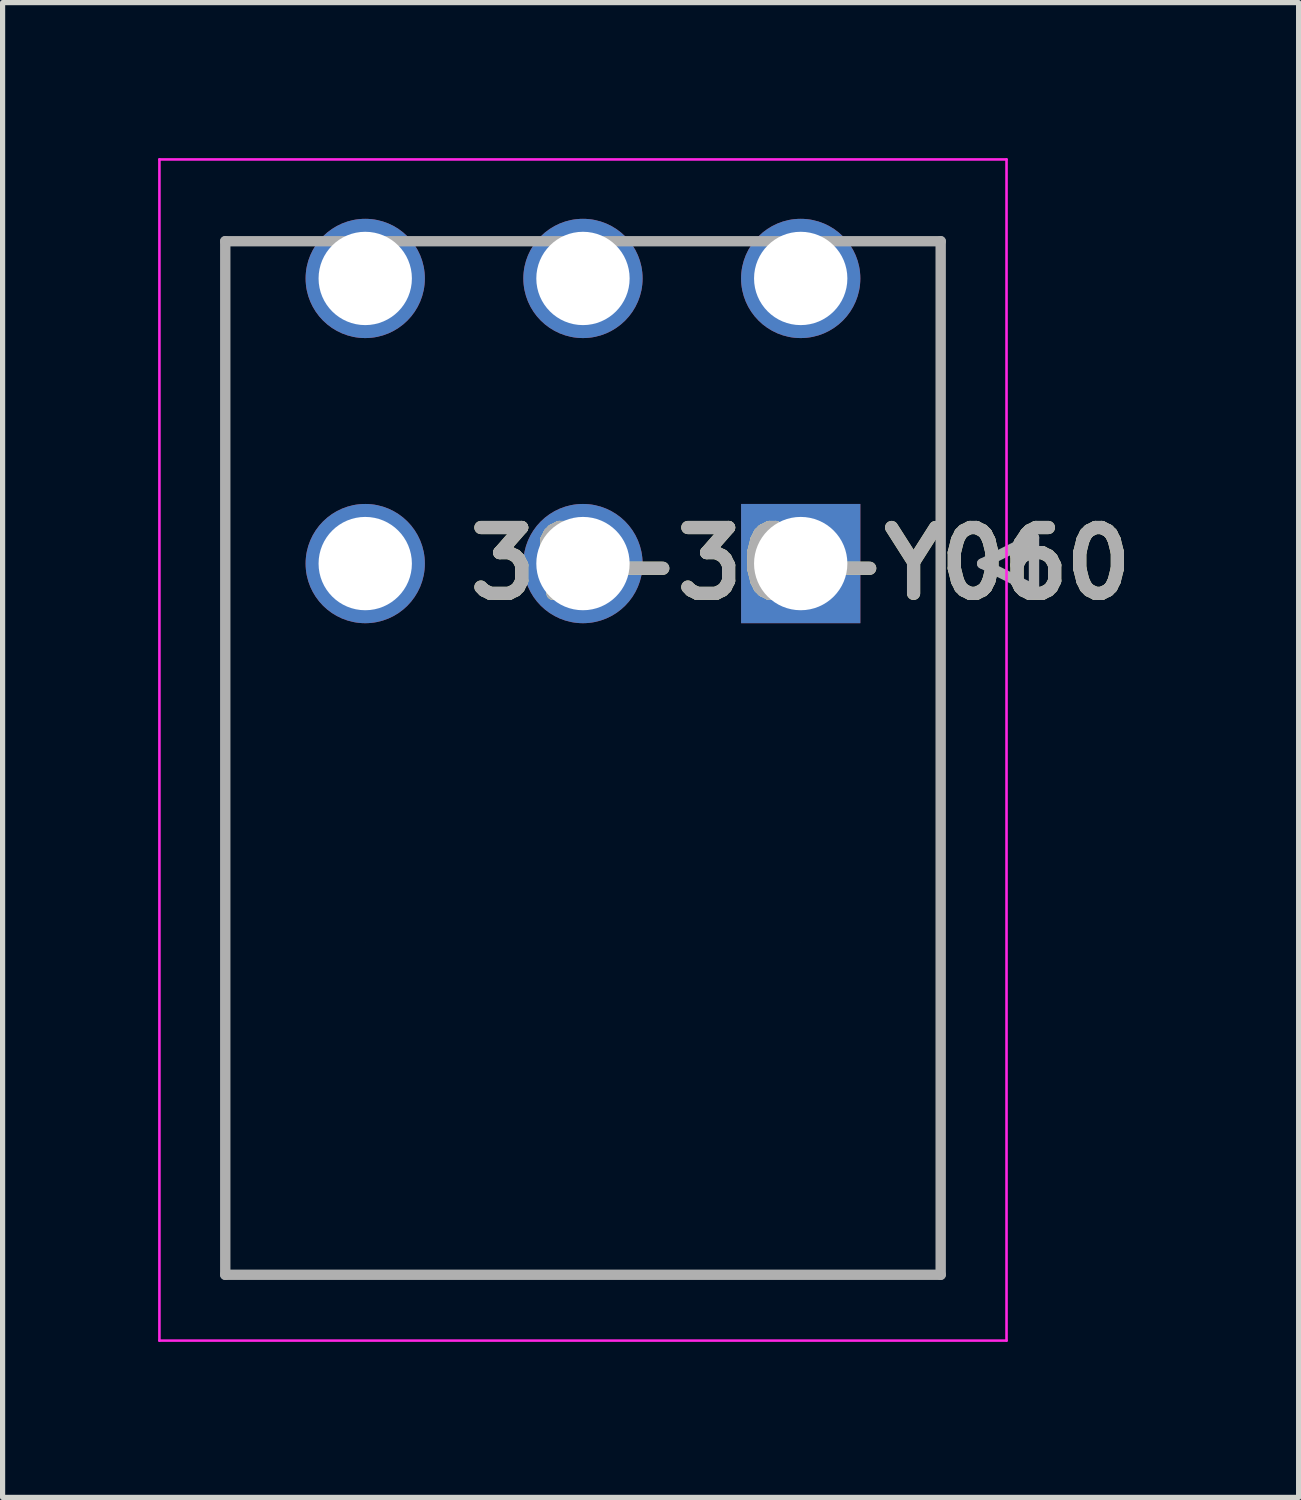
<source format=kicad_pcb>
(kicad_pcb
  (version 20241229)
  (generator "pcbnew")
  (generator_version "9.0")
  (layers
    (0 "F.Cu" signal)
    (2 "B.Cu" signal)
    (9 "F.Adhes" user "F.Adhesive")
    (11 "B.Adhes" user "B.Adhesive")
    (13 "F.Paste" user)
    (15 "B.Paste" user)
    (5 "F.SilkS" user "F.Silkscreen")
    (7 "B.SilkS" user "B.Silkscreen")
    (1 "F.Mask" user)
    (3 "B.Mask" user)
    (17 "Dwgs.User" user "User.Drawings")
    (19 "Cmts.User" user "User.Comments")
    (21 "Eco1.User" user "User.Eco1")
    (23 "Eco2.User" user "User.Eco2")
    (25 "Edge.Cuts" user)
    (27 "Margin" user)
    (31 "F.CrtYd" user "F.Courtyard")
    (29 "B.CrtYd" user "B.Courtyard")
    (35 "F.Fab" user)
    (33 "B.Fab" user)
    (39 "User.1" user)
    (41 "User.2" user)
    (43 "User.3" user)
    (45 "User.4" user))
  (footprint "39-30-Y060"
    (layer "F.Cu")
    (at 12.395 7.821)
    (property "Reference" "39-30-Y060" (at 0 0 0) (layer "F.SilkS") (effects (font (size 1.27 1.27) (thickness 0.254))))
    (attr through_hole)
    (fp_line (start -11.1 13.718) (end -11.1 -6.218) (stroke (width 0.1) (type solid)) (layer "F.SilkS"))
    (fp_line (start 2.7 -6.218) (end 2.7 13.718) (stroke (width 0.1) (type solid)) (layer "F.SilkS"))
    (fp_line (start 2.7 13.718) (end -11.1 13.718) (stroke (width 0.1) (type solid)) (layer "F.SilkS"))
    (fp_line (start 3.5 0) (end 4.5 -0.5) (stroke (width 0.1) (type solid)) (layer "F.SilkS"))
    (fp_line (start 4.5 -0.5) (end 4.5 0.5) (stroke (width 0.1) (type solid)) (layer "F.SilkS"))
    (fp_line (start 4.5 0.5) (end 3.5 0) (stroke (width 0.1) (type solid)) (layer "F.SilkS"))
    (fp_line (start -12.37 -7.796) (end 3.97 -7.796) (stroke (width 0.05) (type solid)) (layer "F.CrtYd"))
    (fp_line (start -12.37 14.988) (end -12.37 -7.796) (stroke (width 0.05) (type solid)) (layer "F.CrtYd"))
    (fp_line (start 3.97 -7.796) (end 3.97 14.988) (stroke (width 0.05) (type solid)) (layer "F.CrtYd"))
    (fp_line (start 3.97 14.988) (end -12.37 14.988) (stroke (width 0.05) (type solid)) (layer "F.CrtYd"))
    (fp_line (start -11.1 -6.218) (end 2.7 -6.218) (stroke (width 0.2) (type solid)) (layer "F.Fab"))
    (fp_line (start -11.1 13.718) (end -11.1 -6.218) (stroke (width 0.2) (type solid)) (layer "F.Fab"))
    (fp_line (start 2.7 -6.218) (end 2.7 13.718) (stroke (width 0.2) (type solid)) (layer "F.Fab"))
    (fp_line (start 2.7 13.718) (end -11.1 13.718) (stroke (width 0.2) (type solid)) (layer "F.Fab"))
    (fp_line (start 3.5 0) (end 4.5 -0.5) (stroke (width 0.2) (type solid)) (layer "F.Fab"))
    (fp_line (start 4.5 -0.5) (end 4.5 0.5) (stroke (width 0.2) (type solid)) (layer "F.Fab"))
    (fp_line (start 4.5 0.5) (end 3.5 0) (stroke (width 0.2) (type solid)) (layer "F.Fab"))
    (fp_text user "${REFERENCE}" (at 0 0 0) (layer "F.Fab") (effects (font (size 1.27 1.27) (thickness 0.254))))
    (pad "" np_thru_hole circle (at -8.4 7.3) (size 0.001 0.001) (drill 3) (layers "*.Cu" "*.Mask"))
    (pad "" np_thru_hole circle (at 0 7.3) (size 0.001 0.001) (drill 3) (layers "*.Cu" "*.Mask"))
    (pad "1" thru_hole rect (at 0 0) (size 2.3 2.3) (drill 1.8) (layers "*.Cu" "*.Mask"))
    (pad "2" thru_hole circle (at -4.2 0) (size 2.3 2.3) (drill 1.8) (layers "*.Cu" "*.Mask"))
    (pad "3" thru_hole circle (at -8.4 0) (size 2.3 2.3) (drill 1.8) (layers "*.Cu" "*.Mask"))
    (pad "4" thru_hole circle (at 0 -5.5) (size 2.3 2.3) (drill 1.8) (layers "*.Cu" "*.Mask"))
    (pad "5" thru_hole circle (at -4.2 -5.5) (size 2.3 2.3) (drill 1.8) (layers "*.Cu" "*.Mask"))
    (pad "6" thru_hole circle (at -8.4 -5.5) (size 2.3 2.3) (drill 1.8) (layers "*.Cu" "*.Mask")))
  (gr_rect
    (start -3 -3)
    (end 21.999 25.834)
    (stroke (width 0.1) (type default))
    (fill no)
    (layer "Edge.Cuts")))
</source>
